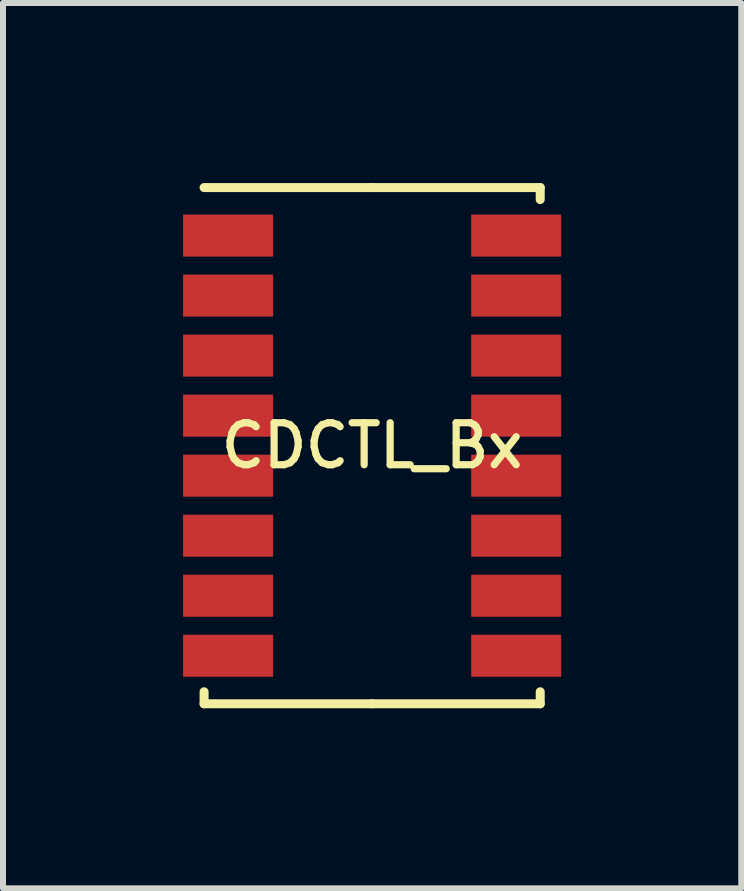
<source format=kicad_pcb>
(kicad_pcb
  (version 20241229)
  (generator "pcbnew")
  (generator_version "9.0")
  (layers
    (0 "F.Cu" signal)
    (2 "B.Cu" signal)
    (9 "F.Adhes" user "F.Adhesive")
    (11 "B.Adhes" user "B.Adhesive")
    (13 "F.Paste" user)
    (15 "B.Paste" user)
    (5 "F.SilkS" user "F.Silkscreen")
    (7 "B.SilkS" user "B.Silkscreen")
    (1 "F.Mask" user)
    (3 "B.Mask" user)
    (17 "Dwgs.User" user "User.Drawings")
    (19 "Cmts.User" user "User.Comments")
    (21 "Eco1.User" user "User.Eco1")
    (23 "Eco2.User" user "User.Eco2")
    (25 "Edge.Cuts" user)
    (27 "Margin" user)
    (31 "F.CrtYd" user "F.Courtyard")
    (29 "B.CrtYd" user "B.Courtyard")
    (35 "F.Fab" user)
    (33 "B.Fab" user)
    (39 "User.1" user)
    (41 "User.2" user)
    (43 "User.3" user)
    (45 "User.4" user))
  (footprint "CDCTL_Bx"
    (layer "F.Cu")
    (at 3.15 4.375)
    (property "Reference" "CDCTL_Bx" (at 0 0 180) (layer "F.SilkS") (effects (font (size 0.7 0.7) (thickness 0.12))))
    (attr through_hole)
    (fp_line (start -2.8 4.3) (end -2.8 4.1) (stroke (width 0.15) (type solid)) (layer "F.SilkS"))
    (fp_line (start 0 -4.3) (end -2.8 -4.3) (stroke (width 0.15) (type solid)) (layer "F.SilkS"))
    (fp_line (start 0 -4.3) (end 2.8 -4.3) (stroke (width 0.15) (type solid)) (layer "F.SilkS"))
    (fp_line (start 0 4.3) (end -2.8 4.3) (stroke (width 0.15) (type solid)) (layer "F.SilkS"))
    (fp_line (start 0 4.3) (end 2.8 4.3) (stroke (width 0.15) (type solid)) (layer "F.SilkS"))
    (fp_line (start 2.8 -4.3) (end 2.8 -4.1) (stroke (width 0.15) (type solid)) (layer "F.SilkS"))
    (fp_line (start 2.8 4.3) (end 2.8 4.1) (stroke (width 0.15) (type solid)) (layer "F.SilkS"))
    (pad "1" smd rect (at -2.4 -3.5) (size 1.5 0.7) (layers "F.Cu" "F.Mask" "F.Paste"))
    (pad "2" smd rect (at -2.4 -2.5) (size 1.5 0.7) (layers "F.Cu" "F.Mask" "F.Paste"))
    (pad "3" smd rect (at -2.4 -1.5) (size 1.5 0.7) (layers "F.Cu" "F.Mask" "F.Paste"))
    (pad "4" smd rect (at -2.4 -0.5) (size 1.5 0.7) (layers "F.Cu" "F.Mask" "F.Paste"))
    (pad "5" smd rect (at -2.4 0.5) (size 1.5 0.7) (layers "F.Cu" "F.Mask" "F.Paste"))
    (pad "6" smd rect (at -2.4 1.5) (size 1.5 0.7) (layers "F.Cu" "F.Mask" "F.Paste"))
    (pad "7" smd rect (at -2.4 2.5) (size 1.5 0.7) (layers "F.Cu" "F.Mask" "F.Paste"))
    (pad "8" smd rect (at -2.4 3.5) (size 1.5 0.7) (layers "F.Cu" "F.Mask" "F.Paste"))
    (pad "9" smd rect (at 2.4 3.5) (size 1.5 0.7) (layers "F.Cu" "F.Mask" "F.Paste"))
    (pad "10" smd rect (at 2.4 2.5) (size 1.5 0.7) (layers "F.Cu" "F.Mask" "F.Paste"))
    (pad "11" smd rect (at 2.4 1.5) (size 1.5 0.7) (layers "F.Cu" "F.Mask" "F.Paste"))
    (pad "12" smd rect (at 2.4 0.5) (size 1.5 0.7) (layers "F.Cu" "F.Mask" "F.Paste"))
    (pad "13" smd rect (at 2.4 -0.5) (size 1.5 0.7) (layers "F.Cu" "F.Mask" "F.Paste"))
    (pad "14" smd rect (at 2.4 -1.5) (size 1.5 0.7) (layers "F.Cu" "F.Mask" "F.Paste"))
    (pad "15" smd rect (at 2.4 -2.5) (size 1.5 0.7) (layers "F.Cu" "F.Mask" "F.Paste"))
    (pad "16" smd rect (at 2.4 -3.5) (size 1.5 0.7) (layers "F.Cu" "F.Mask" "F.Paste")))
  (gr_rect
    (start -3 -3)
    (end 9.3 11.75)
    (stroke (width 0.1) (type default))
    (fill no)
    (layer "Edge.Cuts")))
</source>
